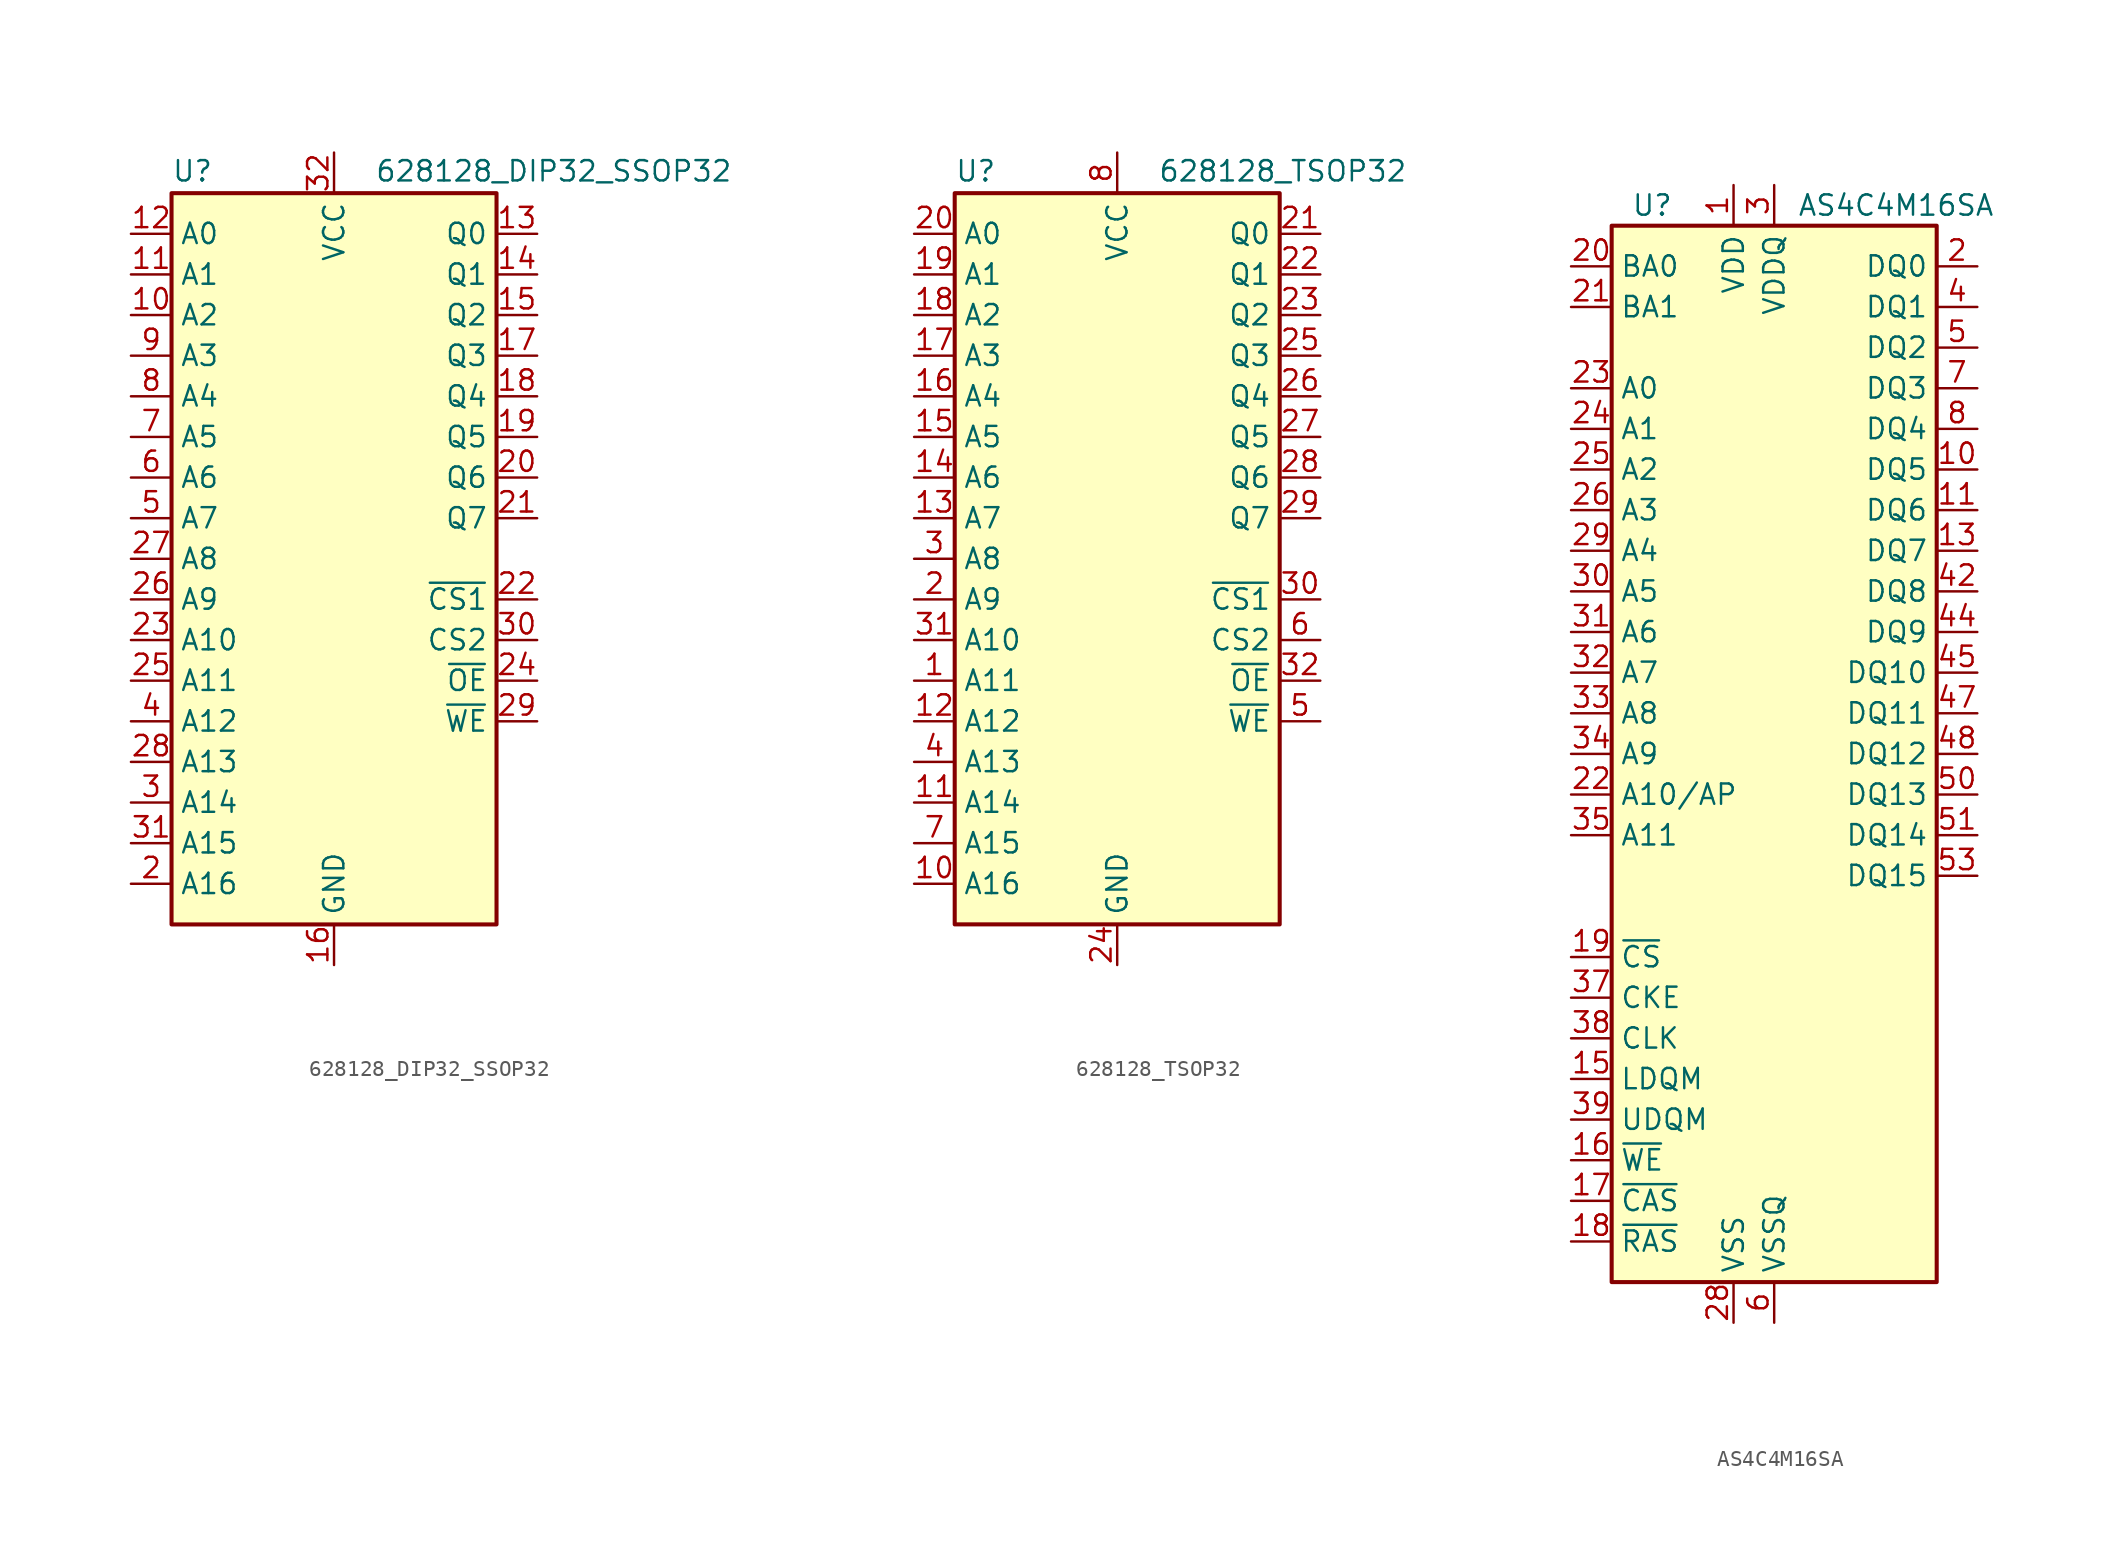
<source format=kicad_sym>
(kicad_symbol_lib
  (version 20201005)
  (generator kicad_symbol_editor)
  (symbol "Memory_RAM:628128_DIP32_SSOP32"
    (property "Reference" "U"
      (at -10.16 23.495 0)
      (effects (font (size 1.27 1.27)) (justify left bottom)))
    (property "Value" "628128_DIP32_SSOP32"
      (at 2.54 23.495 0)
      (effects (font (size 1.27 1.27)) (justify left bottom)))
    (symbol "628128_DIP32_SSOP32_0_0"
      (pin power_in line (at 0 -25.4 90) (length 2.54) (name "GND" (effects (font (size 1.27 1.27)))) (number "16" (effects (font (size 1.27 1.27)))))
      (pin power_in line (at 0 25.4 270) (length 2.54) (name "VCC" (effects (font (size 1.27 1.27)))) (number "32" (effects (font (size 1.27 1.27))))))
    (symbol "628128_DIP32_SSOP32_0_1"
      (rectangle (start -10.16 22.86) (end 10.16 -22.86) (stroke (width 0.254)) (fill (type background))))
    (symbol "628128_DIP32_SSOP32_1_1"
      (pin no_connect line (at 10.16 -20.32 180) (length 2.54) hide (name "NC" (effects (font (size 1.27 1.27)))) (number "1" (effects (font (size 1.27 1.27)))))
      (pin input line (at -12.7 15.24 0) (length 2.54) (name "A2" (effects (font (size 1.27 1.27)))) (number "10" (effects (font (size 1.27 1.27)))))
      (pin input line (at -12.7 17.78 0) (length 2.54) (name "A1" (effects (font (size 1.27 1.27)))) (number "11" (effects (font (size 1.27 1.27)))))
      (pin input line (at -12.7 20.32 0) (length 2.54) (name "A0" (effects (font (size 1.27 1.27)))) (number "12" (effects (font (size 1.27 1.27)))))
      (pin tri_state line (at 12.7 20.32 180) (length 2.54) (name "Q0" (effects (font (size 1.27 1.27)))) (number "13" (effects (font (size 1.27 1.27)))))
      (pin tri_state line (at 12.7 17.78 180) (length 2.54) (name "Q1" (effects (font (size 1.27 1.27)))) (number "14" (effects (font (size 1.27 1.27)))))
      (pin tri_state line (at 12.7 15.24 180) (length 2.54) (name "Q2" (effects (font (size 1.27 1.27)))) (number "15" (effects (font (size 1.27 1.27)))))
      (pin tri_state line (at 12.7 12.7 180) (length 2.54) (name "Q3" (effects (font (size 1.27 1.27)))) (number "17" (effects (font (size 1.27 1.27)))))
      (pin tri_state line (at 12.7 10.16 180) (length 2.54) (name "Q4" (effects (font (size 1.27 1.27)))) (number "18" (effects (font (size 1.27 1.27)))))
      (pin tri_state line (at 12.7 7.62 180) (length 2.54) (name "Q5" (effects (font (size 1.27 1.27)))) (number "19" (effects (font (size 1.27 1.27)))))
      (pin input line (at -12.7 -20.32 0) (length 2.54) (name "A16" (effects (font (size 1.27 1.27)))) (number "2" (effects (font (size 1.27 1.27)))))
      (pin tri_state line (at 12.7 5.08 180) (length 2.54) (name "Q6" (effects (font (size 1.27 1.27)))) (number "20" (effects (font (size 1.27 1.27)))))
      (pin tri_state line (at 12.7 2.54 180) (length 2.54) (name "Q7" (effects (font (size 1.27 1.27)))) (number "21" (effects (font (size 1.27 1.27)))))
      (pin input line (at 12.7 -2.54 180) (length 2.54) (name "~CS1" (effects (font (size 1.27 1.27)))) (number "22" (effects (font (size 1.27 1.27)))))
      (pin input line (at -12.7 -5.08 0) (length 2.54) (name "A10" (effects (font (size 1.27 1.27)))) (number "23" (effects (font (size 1.27 1.27)))))
      (pin input line (at 12.7 -7.62 180) (length 2.54) (name "~OE" (effects (font (size 1.27 1.27)))) (number "24" (effects (font (size 1.27 1.27)))))
      (pin input line (at -12.7 -7.62 0) (length 2.54) (name "A11" (effects (font (size 1.27 1.27)))) (number "25" (effects (font (size 1.27 1.27)))))
      (pin input line (at -12.7 -2.54 0) (length 2.54) (name "A9" (effects (font (size 1.27 1.27)))) (number "26" (effects (font (size 1.27 1.27)))))
      (pin input line (at -12.7 0 0) (length 2.54) (name "A8" (effects (font (size 1.27 1.27)))) (number "27" (effects (font (size 1.27 1.27)))))
      (pin input line (at -12.7 -12.7 0) (length 2.54) (name "A13" (effects (font (size 1.27 1.27)))) (number "28" (effects (font (size 1.27 1.27)))))
      (pin input line (at 12.7 -10.16 180) (length 2.54) (name "~WE" (effects (font (size 1.27 1.27)))) (number "29" (effects (font (size 1.27 1.27)))))
      (pin input line (at -12.7 -15.24 0) (length 2.54) (name "A14" (effects (font (size 1.27 1.27)))) (number "3" (effects (font (size 1.27 1.27)))))
      (pin input line (at 12.7 -5.08 180) (length 2.54) (name "CS2" (effects (font (size 1.27 1.27)))) (number "30" (effects (font (size 1.27 1.27)))))
      (pin input line (at -12.7 -17.78 0) (length 2.54) (name "A15" (effects (font (size 1.27 1.27)))) (number "31" (effects (font (size 1.27 1.27)))))
      (pin input line (at -12.7 -10.16 0) (length 2.54) (name "A12" (effects (font (size 1.27 1.27)))) (number "4" (effects (font (size 1.27 1.27)))))
      (pin input line (at -12.7 2.54 0) (length 2.54) (name "A7" (effects (font (size 1.27 1.27)))) (number "5" (effects (font (size 1.27 1.27)))))
      (pin input line (at -12.7 5.08 0) (length 2.54) (name "A6" (effects (font (size 1.27 1.27)))) (number "6" (effects (font (size 1.27 1.27)))))
      (pin input line (at -12.7 7.62 0) (length 2.54) (name "A5" (effects (font (size 1.27 1.27)))) (number "7" (effects (font (size 1.27 1.27)))))
      (pin input line (at -12.7 10.16 0) (length 2.54) (name "A4" (effects (font (size 1.27 1.27)))) (number "8" (effects (font (size 1.27 1.27)))))
      (pin input line (at -12.7 12.7 0) (length 2.54) (name "A3" (effects (font (size 1.27 1.27)))) (number "9" (effects (font (size 1.27 1.27)))))))
  (symbol "Memory_RAM:628128_TSOP32"
    (property "Reference" "U"
      (at -10.16 23.495 0)
      (effects (font (size 1.27 1.27)) (justify left bottom)))
    (property "Value" "628128_TSOP32"
      (at 2.54 23.495 0)
      (effects (font (size 1.27 1.27)) (justify left bottom)))
    (symbol "628128_TSOP32_0_0"
      (pin power_in line (at 0 -25.4 90) (length 2.54) (name "GND" (effects (font (size 1.27 1.27)))) (number "24" (effects (font (size 1.27 1.27)))))
      (pin power_in line (at 0 25.4 270) (length 2.54) (name "VCC" (effects (font (size 1.27 1.27)))) (number "8" (effects (font (size 1.27 1.27))))))
    (symbol "628128_TSOP32_0_1"
      (rectangle (start -10.16 22.86) (end 10.16 -22.86) (stroke (width 0.254)) (fill (type background))))
    (symbol "628128_TSOP32_1_1"
      (pin input line (at -12.7 -7.62 0) (length 2.54) (name "A11" (effects (font (size 1.27 1.27)))) (number "1" (effects (font (size 1.27 1.27)))))
      (pin input line (at -12.7 -20.32 0) (length 2.54) (name "A16" (effects (font (size 1.27 1.27)))) (number "10" (effects (font (size 1.27 1.27)))))
      (pin input line (at -12.7 -15.24 0) (length 2.54) (name "A14" (effects (font (size 1.27 1.27)))) (number "11" (effects (font (size 1.27 1.27)))))
      (pin input line (at -12.7 -10.16 0) (length 2.54) (name "A12" (effects (font (size 1.27 1.27)))) (number "12" (effects (font (size 1.27 1.27)))))
      (pin input line (at -12.7 2.54 0) (length 2.54) (name "A7" (effects (font (size 1.27 1.27)))) (number "13" (effects (font (size 1.27 1.27)))))
      (pin input line (at -12.7 5.08 0) (length 2.54) (name "A6" (effects (font (size 1.27 1.27)))) (number "14" (effects (font (size 1.27 1.27)))))
      (pin input line (at -12.7 7.62 0) (length 2.54) (name "A5" (effects (font (size 1.27 1.27)))) (number "15" (effects (font (size 1.27 1.27)))))
      (pin input line (at -12.7 10.16 0) (length 2.54) (name "A4" (effects (font (size 1.27 1.27)))) (number "16" (effects (font (size 1.27 1.27)))))
      (pin input line (at -12.7 12.7 0) (length 2.54) (name "A3" (effects (font (size 1.27 1.27)))) (number "17" (effects (font (size 1.27 1.27)))))
      (pin input line (at -12.7 15.24 0) (length 2.54) (name "A2" (effects (font (size 1.27 1.27)))) (number "18" (effects (font (size 1.27 1.27)))))
      (pin input line (at -12.7 17.78 0) (length 2.54) (name "A1" (effects (font (size 1.27 1.27)))) (number "19" (effects (font (size 1.27 1.27)))))
      (pin input line (at -12.7 -2.54 0) (length 2.54) (name "A9" (effects (font (size 1.27 1.27)))) (number "2" (effects (font (size 1.27 1.27)))))
      (pin input line (at -12.7 20.32 0) (length 2.54) (name "A0" (effects (font (size 1.27 1.27)))) (number "20" (effects (font (size 1.27 1.27)))))
      (pin tri_state line (at 12.7 20.32 180) (length 2.54) (name "Q0" (effects (font (size 1.27 1.27)))) (number "21" (effects (font (size 1.27 1.27)))))
      (pin tri_state line (at 12.7 17.78 180) (length 2.54) (name "Q1" (effects (font (size 1.27 1.27)))) (number "22" (effects (font (size 1.27 1.27)))))
      (pin tri_state line (at 12.7 15.24 180) (length 2.54) (name "Q2" (effects (font (size 1.27 1.27)))) (number "23" (effects (font (size 1.27 1.27)))))
      (pin tri_state line (at 12.7 12.7 180) (length 2.54) (name "Q3" (effects (font (size 1.27 1.27)))) (number "25" (effects (font (size 1.27 1.27)))))
      (pin tri_state line (at 12.7 10.16 180) (length 2.54) (name "Q4" (effects (font (size 1.27 1.27)))) (number "26" (effects (font (size 1.27 1.27)))))
      (pin tri_state line (at 12.7 7.62 180) (length 2.54) (name "Q5" (effects (font (size 1.27 1.27)))) (number "27" (effects (font (size 1.27 1.27)))))
      (pin tri_state line (at 12.7 5.08 180) (length 2.54) (name "Q6" (effects (font (size 1.27 1.27)))) (number "28" (effects (font (size 1.27 1.27)))))
      (pin tri_state line (at 12.7 2.54 180) (length 2.54) (name "Q7" (effects (font (size 1.27 1.27)))) (number "29" (effects (font (size 1.27 1.27)))))
      (pin input line (at -12.7 0 0) (length 2.54) (name "A8" (effects (font (size 1.27 1.27)))) (number "3" (effects (font (size 1.27 1.27)))))
      (pin input line (at 12.7 -2.54 180) (length 2.54) (name "~CS1" (effects (font (size 1.27 1.27)))) (number "30" (effects (font (size 1.27 1.27)))))
      (pin input line (at -12.7 -5.08 0) (length 2.54) (name "A10" (effects (font (size 1.27 1.27)))) (number "31" (effects (font (size 1.27 1.27)))))
      (pin input line (at 12.7 -7.62 180) (length 2.54) (name "~OE" (effects (font (size 1.27 1.27)))) (number "32" (effects (font (size 1.27 1.27)))))
      (pin input line (at -12.7 -12.7 0) (length 2.54) (name "A13" (effects (font (size 1.27 1.27)))) (number "4" (effects (font (size 1.27 1.27)))))
      (pin input line (at 12.7 -10.16 180) (length 2.54) (name "~WE" (effects (font (size 1.27 1.27)))) (number "5" (effects (font (size 1.27 1.27)))))
      (pin input line (at 12.7 -5.08 180) (length 2.54) (name "CS2" (effects (font (size 1.27 1.27)))) (number "6" (effects (font (size 1.27 1.27)))))
      (pin input line (at -12.7 -17.78 0) (length 2.54) (name "A15" (effects (font (size 1.27 1.27)))) (number "7" (effects (font (size 1.27 1.27)))))
      (pin no_connect line (at 10.16 -20.32 180) (length 2.54) hide (name "NC" (effects (font (size 1.27 1.27)))) (number "9" (effects (font (size 1.27 1.27)))))))
  (symbol "Memory_RAM:AS4C4M16SA"
    (property "Reference" "U"
      (at -7.62 34.29 0)
      (effects (font (size 1.27 1.27))))
    (property "Value" "AS4C4M16SA"
      (at 7.62 34.29 0)
      (effects (font (size 1.27 1.27))))
    (symbol "AS4C4M16SA_0_1"
      (rectangle (start -10.16 33.02) (end 10.16 -33.02) (stroke (width 0.254)) (fill (type background))))
    (symbol "AS4C4M16SA_1_1"
      (pin power_in line (at -2.54 35.56 270) (length 2.54) (name "VDD" (effects (font (size 1.27 1.27)))) (number "1" (effects (font (size 1.27 1.27)))))
      (pin bidirectional line (at 12.7 17.78 180) (length 2.54) (name "DQ5" (effects (font (size 1.27 1.27)))) (number "10" (effects (font (size 1.27 1.27)))))
      (pin bidirectional line (at 12.7 15.24 180) (length 2.54) (name "DQ6" (effects (font (size 1.27 1.27)))) (number "11" (effects (font (size 1.27 1.27)))))
      (pin passive line (at 0 -35.56 90) (length 2.54) hide (name "VSSQ" (effects (font (size 1.27 1.27)))) (number "12" (effects (font (size 1.27 1.27)))))
      (pin bidirectional line (at 12.7 12.7 180) (length 2.54) (name "DQ7" (effects (font (size 1.27 1.27)))) (number "13" (effects (font (size 1.27 1.27)))))
      (pin passive line (at -2.54 35.56 270) (length 2.54) hide (name "VDD" (effects (font (size 1.27 1.27)))) (number "14" (effects (font (size 1.27 1.27)))))
      (pin input line (at -12.7 -20.32 0) (length 2.54) (name "LDQM" (effects (font (size 1.27 1.27)))) (number "15" (effects (font (size 1.27 1.27)))))
      (pin input line (at -12.7 -25.4 0) (length 2.54) (name "~WE~" (effects (font (size 1.27 1.27)))) (number "16" (effects (font (size 1.27 1.27)))))
      (pin input line (at -12.7 -27.94 0) (length 2.54) (name "~CAS~" (effects (font (size 1.27 1.27)))) (number "17" (effects (font (size 1.27 1.27)))))
      (pin input line (at -12.7 -30.48 0) (length 2.54) (name "~RAS~" (effects (font (size 1.27 1.27)))) (number "18" (effects (font (size 1.27 1.27)))))
      (pin input line (at -12.7 -12.7 0) (length 2.54) (name "~CS~" (effects (font (size 1.27 1.27)))) (number "19" (effects (font (size 1.27 1.27)))))
      (pin bidirectional line (at 12.7 30.48 180) (length 2.54) (name "DQ0" (effects (font (size 1.27 1.27)))) (number "2" (effects (font (size 1.27 1.27)))))
      (pin input line (at -12.7 30.48 0) (length 2.54) (name "BA0" (effects (font (size 1.27 1.27)))) (number "20" (effects (font (size 1.27 1.27)))))
      (pin input line (at -12.7 27.94 0) (length 2.54) (name "BA1" (effects (font (size 1.27 1.27)))) (number "21" (effects (font (size 1.27 1.27)))))
      (pin input line (at -12.7 -2.54 0) (length 2.54) (name "A10/AP" (effects (font (size 1.27 1.27)))) (number "22" (effects (font (size 1.27 1.27)))))
      (pin input line (at -12.7 22.86 0) (length 2.54) (name "A0" (effects (font (size 1.27 1.27)))) (number "23" (effects (font (size 1.27 1.27)))))
      (pin input line (at -12.7 20.32 0) (length 2.54) (name "A1" (effects (font (size 1.27 1.27)))) (number "24" (effects (font (size 1.27 1.27)))))
      (pin input line (at -12.7 17.78 0) (length 2.54) (name "A2" (effects (font (size 1.27 1.27)))) (number "25" (effects (font (size 1.27 1.27)))))
      (pin input line (at -12.7 15.24 0) (length 2.54) (name "A3" (effects (font (size 1.27 1.27)))) (number "26" (effects (font (size 1.27 1.27)))))
      (pin passive line (at -2.54 35.56 270) (length 2.54) hide (name "VDD" (effects (font (size 1.27 1.27)))) (number "27" (effects (font (size 1.27 1.27)))))
      (pin power_in line (at -2.54 -35.56 90) (length 2.54) (name "VSS" (effects (font (size 1.27 1.27)))) (number "28" (effects (font (size 1.27 1.27)))))
      (pin input line (at -12.7 12.7 0) (length 2.54) (name "A4" (effects (font (size 1.27 1.27)))) (number "29" (effects (font (size 1.27 1.27)))))
      (pin power_in line (at 0 35.56 270) (length 2.54) (name "VDDQ" (effects (font (size 1.27 1.27)))) (number "3" (effects (font (size 1.27 1.27)))))
      (pin input line (at -12.7 10.16 0) (length 2.54) (name "A5" (effects (font (size 1.27 1.27)))) (number "30" (effects (font (size 1.27 1.27)))))
      (pin input line (at -12.7 7.62 0) (length 2.54) (name "A6" (effects (font (size 1.27 1.27)))) (number "31" (effects (font (size 1.27 1.27)))))
      (pin input line (at -12.7 5.08 0) (length 2.54) (name "A7" (effects (font (size 1.27 1.27)))) (number "32" (effects (font (size 1.27 1.27)))))
      (pin input line (at -12.7 2.54 0) (length 2.54) (name "A8" (effects (font (size 1.27 1.27)))) (number "33" (effects (font (size 1.27 1.27)))))
      (pin input line (at -12.7 0 0) (length 2.54) (name "A9" (effects (font (size 1.27 1.27)))) (number "34" (effects (font (size 1.27 1.27)))))
      (pin input line (at -12.7 -5.08 0) (length 2.54) (name "A11" (effects (font (size 1.27 1.27)))) (number "35" (effects (font (size 1.27 1.27)))))
      (pin no_connect line (at 10.16 -17.78 180) (length 2.54) hide (name "NC" (effects (font (size 1.27 1.27)))) (number "36" (effects (font (size 1.27 1.27)))))
      (pin input line (at -12.7 -15.24 0) (length 2.54) (name "CKE" (effects (font (size 1.27 1.27)))) (number "37" (effects (font (size 1.27 1.27)))))
      (pin input line (at -12.7 -17.78 0) (length 2.54) (name "CLK" (effects (font (size 1.27 1.27)))) (number "38" (effects (font (size 1.27 1.27)))))
      (pin input line (at -12.7 -22.86 0) (length 2.54) (name "UDQM" (effects (font (size 1.27 1.27)))) (number "39" (effects (font (size 1.27 1.27)))))
      (pin bidirectional line (at 12.7 27.94 180) (length 2.54) (name "DQ1" (effects (font (size 1.27 1.27)))) (number "4" (effects (font (size 1.27 1.27)))))
      (pin no_connect line (at 10.16 -20.32 180) (length 2.54) hide (name "NC/RFU" (effects (font (size 1.27 1.27)))) (number "40" (effects (font (size 1.27 1.27)))))
      (pin passive line (at -2.54 -35.56 90) (length 2.54) hide (name "VSS" (effects (font (size 1.27 1.27)))) (number "41" (effects (font (size 1.27 1.27)))))
      (pin bidirectional line (at 12.7 10.16 180) (length 2.54) (name "DQ8" (effects (font (size 1.27 1.27)))) (number "42" (effects (font (size 1.27 1.27)))))
      (pin passive line (at 0 35.56 270) (length 2.54) hide (name "VDDQ" (effects (font (size 1.27 1.27)))) (number "43" (effects (font (size 1.27 1.27)))))
      (pin bidirectional line (at 12.7 7.62 180) (length 2.54) (name "DQ9" (effects (font (size 1.27 1.27)))) (number "44" (effects (font (size 1.27 1.27)))))
      (pin bidirectional line (at 12.7 5.08 180) (length 2.54) (name "DQ10" (effects (font (size 1.27 1.27)))) (number "45" (effects (font (size 1.27 1.27)))))
      (pin passive line (at 0 -35.56 90) (length 2.54) hide (name "VSSQ" (effects (font (size 1.27 1.27)))) (number "46" (effects (font (size 1.27 1.27)))))
      (pin bidirectional line (at 12.7 2.54 180) (length 2.54) (name "DQ11" (effects (font (size 1.27 1.27)))) (number "47" (effects (font (size 1.27 1.27)))))
      (pin bidirectional line (at 12.7 0 180) (length 2.54) (name "DQ12" (effects (font (size 1.27 1.27)))) (number "48" (effects (font (size 1.27 1.27)))))
      (pin passive line (at 0 35.56 270) (length 2.54) hide (name "VDDQ" (effects (font (size 1.27 1.27)))) (number "49" (effects (font (size 1.27 1.27)))))
      (pin bidirectional line (at 12.7 25.4 180) (length 2.54) (name "DQ2" (effects (font (size 1.27 1.27)))) (number "5" (effects (font (size 1.27 1.27)))))
      (pin bidirectional line (at 12.7 -2.54 180) (length 2.54) (name "DQ13" (effects (font (size 1.27 1.27)))) (number "50" (effects (font (size 1.27 1.27)))))
      (pin bidirectional line (at 12.7 -5.08 180) (length 2.54) (name "DQ14" (effects (font (size 1.27 1.27)))) (number "51" (effects (font (size 1.27 1.27)))))
      (pin passive line (at 0 -35.56 90) (length 2.54) hide (name "VSSQ" (effects (font (size 1.27 1.27)))) (number "52" (effects (font (size 1.27 1.27)))))
      (pin bidirectional line (at 12.7 -7.62 180) (length 2.54) (name "DQ15" (effects (font (size 1.27 1.27)))) (number "53" (effects (font (size 1.27 1.27)))))
      (pin passive line (at -2.54 -35.56 90) (length 2.54) hide (name "VSS" (effects (font (size 1.27 1.27)))) (number "54" (effects (font (size 1.27 1.27)))))
      (pin power_in line (at 0 -35.56 90) (length 2.54) (name "VSSQ" (effects (font (size 1.27 1.27)))) (number "6" (effects (font (size 1.27 1.27)))))
      (pin bidirectional line (at 12.7 22.86 180) (length 2.54) (name "DQ3" (effects (font (size 1.27 1.27)))) (number "7" (effects (font (size 1.27 1.27)))))
      (pin bidirectional line (at 12.7 20.32 180) (length 2.54) (name "DQ4" (effects (font (size 1.27 1.27)))) (number "8" (effects (font (size 1.27 1.27)))))
      (pin passive line (at 0 35.56 270) (length 2.54) hide (name "VDDQ" (effects (font (size 1.27 1.27)))) (number "9" (effects (font (size 1.27 1.27))))))))
</source>
